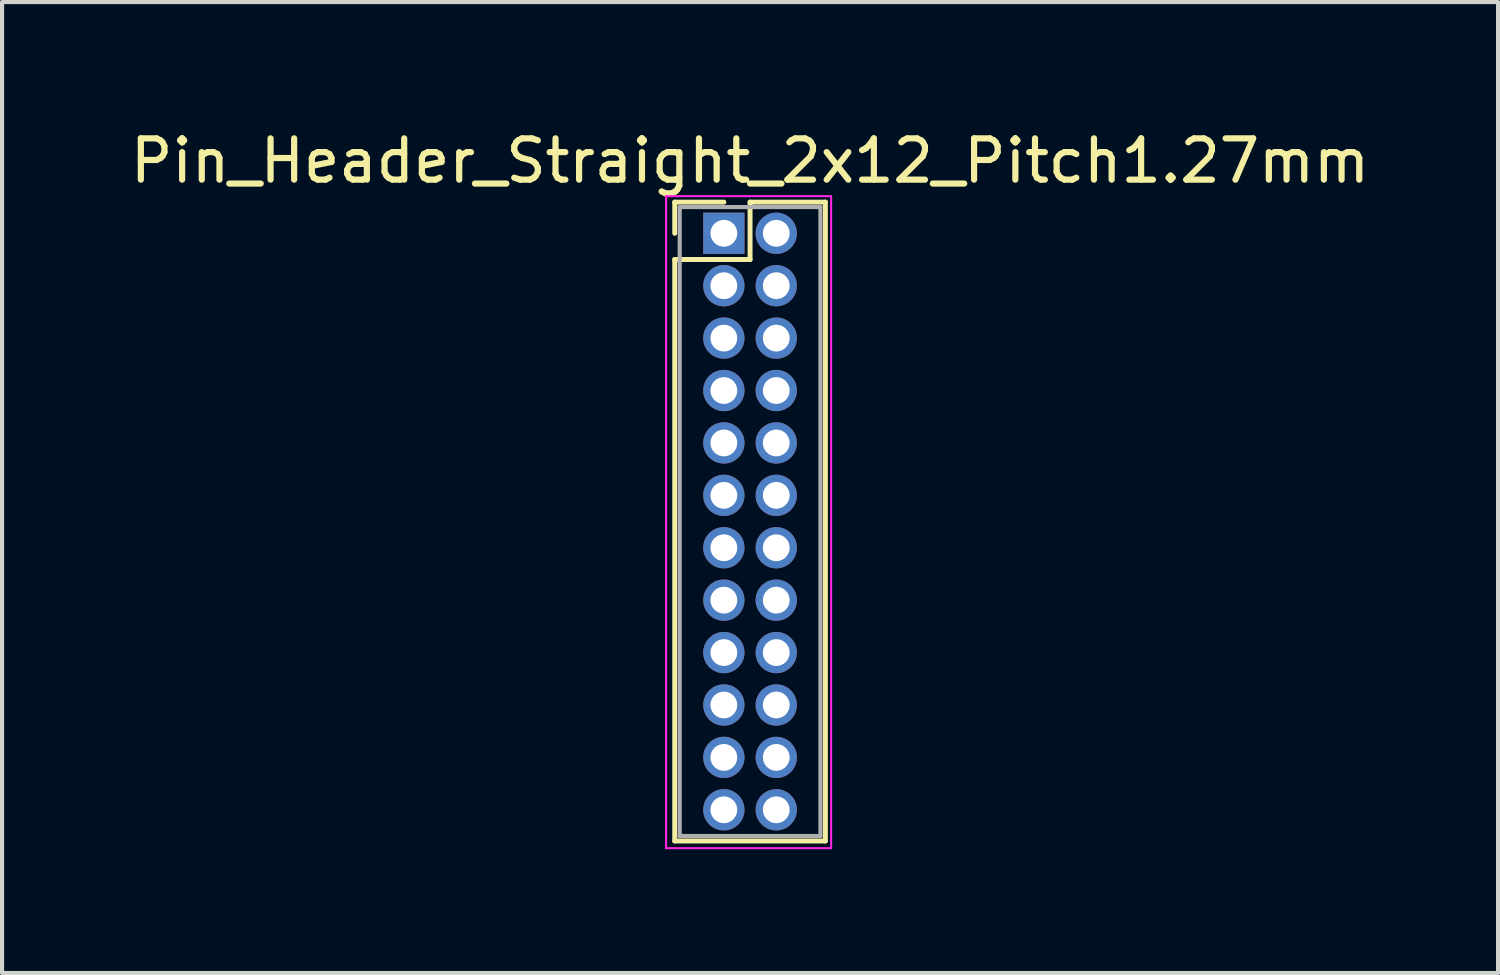
<source format=kicad_pcb>
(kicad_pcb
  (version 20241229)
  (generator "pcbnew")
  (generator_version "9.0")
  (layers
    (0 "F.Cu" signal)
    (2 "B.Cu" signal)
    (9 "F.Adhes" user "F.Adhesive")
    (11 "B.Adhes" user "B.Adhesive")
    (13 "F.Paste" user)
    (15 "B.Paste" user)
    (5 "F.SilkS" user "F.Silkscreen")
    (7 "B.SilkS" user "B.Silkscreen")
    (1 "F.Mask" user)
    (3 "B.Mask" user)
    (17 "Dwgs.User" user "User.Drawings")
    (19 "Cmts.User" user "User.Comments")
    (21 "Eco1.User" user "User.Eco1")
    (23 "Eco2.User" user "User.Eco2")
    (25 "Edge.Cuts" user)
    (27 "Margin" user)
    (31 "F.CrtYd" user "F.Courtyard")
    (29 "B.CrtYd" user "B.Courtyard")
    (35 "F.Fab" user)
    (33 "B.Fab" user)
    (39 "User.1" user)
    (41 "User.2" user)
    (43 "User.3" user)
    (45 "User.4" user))
  (footprint "Pin_Header_Straight_2x12_Pitch1.27mm"
    (layer "F.Cu")
    (at 14.49 2.603)
    (property "Reference" "Pin_Header_Straight_2x12_Pitch1.27mm" (at 0.635 -1.755 0) (layer "F.SilkS") (effects (font (size 1 1) (thickness 0.15))))
    (attr through_hole)
    (fp_line (start -1.19 -0.755) (end 0 -0.755) (stroke (width 0.12) (type solid)) (layer "F.SilkS"))
    (fp_line (start -1.19 0) (end -1.19 -0.755) (stroke (width 0.12) (type solid)) (layer "F.SilkS"))
    (fp_line (start -1.19 0.635) (end -1.19 14.725) (stroke (width 0.12) (type solid)) (layer "F.SilkS"))
    (fp_line (start -1.19 14.725) (end 2.46 14.725) (stroke (width 0.12) (type solid)) (layer "F.SilkS"))
    (fp_line (start 0.635 -0.755) (end 0.635 0.635) (stroke (width 0.12) (type solid)) (layer "F.SilkS"))
    (fp_line (start 0.635 0.635) (end -1.19 0.635) (stroke (width 0.12) (type solid)) (layer "F.SilkS"))
    (fp_line (start 2.46 -0.755) (end 0.635 -0.755) (stroke (width 0.12) (type solid)) (layer "F.SilkS"))
    (fp_line (start 2.46 14.725) (end 2.46 -0.755) (stroke (width 0.12) (type solid)) (layer "F.SilkS"))
    (fp_line (start -1.4 -0.9) (end -1.4 14.9) (stroke (width 0.05) (type solid)) (layer "F.CrtYd"))
    (fp_line (start -1.4 14.9) (end 2.6 14.9) (stroke (width 0.05) (type solid)) (layer "F.CrtYd"))
    (fp_line (start 2.6 -0.9) (end -1.4 -0.9) (stroke (width 0.05) (type solid)) (layer "F.CrtYd"))
    (fp_line (start 2.6 14.9) (end 2.6 -0.9) (stroke (width 0.05) (type solid)) (layer "F.CrtYd"))
    (fp_line (start -1.07 -0.635) (end -1.07 14.605) (stroke (width 0.1) (type solid)) (layer "F.Fab"))
    (fp_line (start -1.07 14.605) (end 2.34 14.605) (stroke (width 0.1) (type solid)) (layer "F.Fab"))
    (fp_line (start 2.34 -0.635) (end -1.07 -0.635) (stroke (width 0.1) (type solid)) (layer "F.Fab"))
    (fp_line (start 2.34 14.605) (end 2.34 -0.635) (stroke (width 0.1) (type solid)) (layer "F.Fab"))
    (pad "1" thru_hole rect (at 0 0) (size 1 1) (drill 0.65) (layers "*.Cu" "*.Mask"))
    (pad "2" thru_hole oval (at 1.27 0) (size 1 1) (drill 0.65) (layers "*.Cu" "*.Mask"))
    (pad "3" thru_hole oval (at 0 1.27) (size 1 1) (drill 0.65) (layers "*.Cu" "*.Mask"))
    (pad "4" thru_hole oval (at 1.27 1.27) (size 1 1) (drill 0.65) (layers "*.Cu" "*.Mask"))
    (pad "5" thru_hole oval (at 0 2.54) (size 1 1) (drill 0.65) (layers "*.Cu" "*.Mask"))
    (pad "6" thru_hole oval (at 1.27 2.54) (size 1 1) (drill 0.65) (layers "*.Cu" "*.Mask"))
    (pad "7" thru_hole oval (at 0 3.81) (size 1 1) (drill 0.65) (layers "*.Cu" "*.Mask"))
    (pad "8" thru_hole oval (at 1.27 3.81) (size 1 1) (drill 0.65) (layers "*.Cu" "*.Mask"))
    (pad "9" thru_hole oval (at 0 5.08) (size 1 1) (drill 0.65) (layers "*.Cu" "*.Mask"))
    (pad "10" thru_hole oval (at 1.27 5.08) (size 1 1) (drill 0.65) (layers "*.Cu" "*.Mask"))
    (pad "11" thru_hole oval (at 0 6.35) (size 1 1) (drill 0.65) (layers "*.Cu" "*.Mask"))
    (pad "12" thru_hole oval (at 1.27 6.35) (size 1 1) (drill 0.65) (layers "*.Cu" "*.Mask"))
    (pad "13" thru_hole oval (at 0 7.62) (size 1 1) (drill 0.65) (layers "*.Cu" "*.Mask"))
    (pad "14" thru_hole oval (at 1.27 7.62) (size 1 1) (drill 0.65) (layers "*.Cu" "*.Mask"))
    (pad "15" thru_hole oval (at 0 8.89) (size 1 1) (drill 0.65) (layers "*.Cu" "*.Mask"))
    (pad "16" thru_hole oval (at 1.27 8.89) (size 1 1) (drill 0.65) (layers "*.Cu" "*.Mask"))
    (pad "17" thru_hole oval (at 0 10.16) (size 1 1) (drill 0.65) (layers "*.Cu" "*.Mask"))
    (pad "18" thru_hole oval (at 1.27 10.16) (size 1 1) (drill 0.65) (layers "*.Cu" "*.Mask"))
    (pad "19" thru_hole oval (at 0 11.43) (size 1 1) (drill 0.65) (layers "*.Cu" "*.Mask"))
    (pad "20" thru_hole oval (at 1.27 11.43) (size 1 1) (drill 0.65) (layers "*.Cu" "*.Mask"))
    (pad "21" thru_hole oval (at 0 12.7) (size 1 1) (drill 0.65) (layers "*.Cu" "*.Mask"))
    (pad "22" thru_hole oval (at 1.27 12.7) (size 1 1) (drill 0.65) (layers "*.Cu" "*.Mask"))
    (pad "23" thru_hole oval (at 0 13.97) (size 1 1) (drill 0.65) (layers "*.Cu" "*.Mask"))
    (pad "24" thru_hole oval (at 1.27 13.97) (size 1 1) (drill 0.65) (layers "*.Cu" "*.Mask")))
  (gr_rect
    (start -3 -3)
    (end 33.25 20.528)
    (stroke (width 0.1) (type default))
    (fill no)
    (layer "Edge.Cuts")))
</source>
